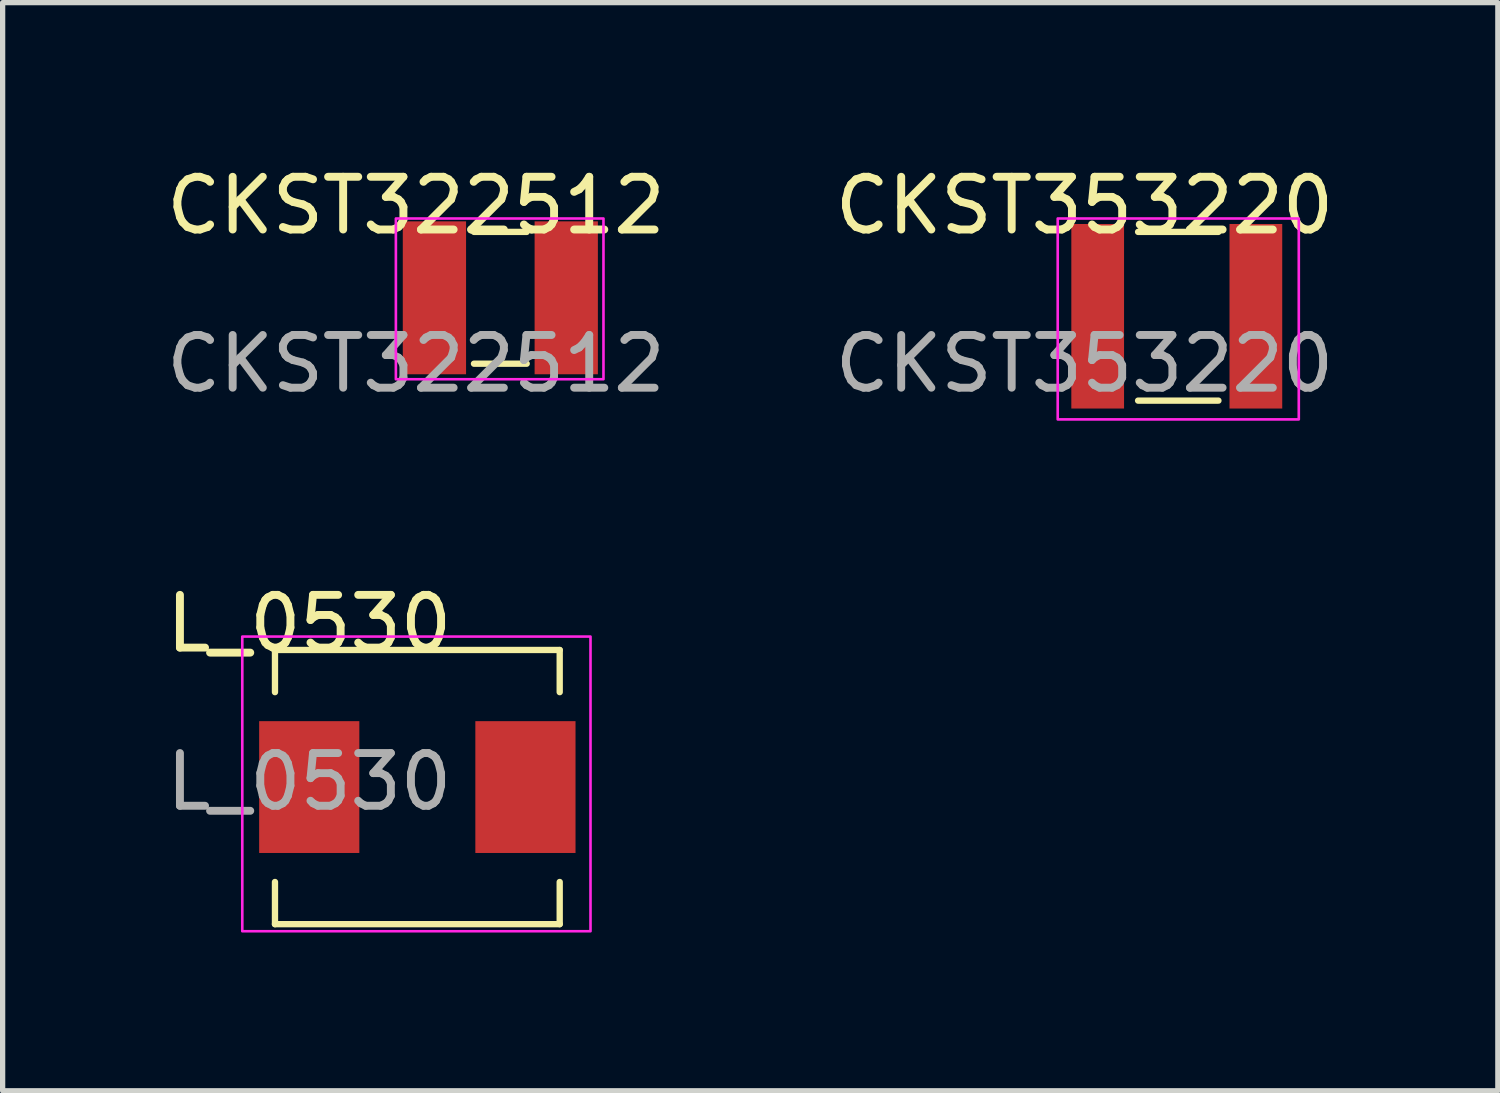
<source format=kicad_pcb>
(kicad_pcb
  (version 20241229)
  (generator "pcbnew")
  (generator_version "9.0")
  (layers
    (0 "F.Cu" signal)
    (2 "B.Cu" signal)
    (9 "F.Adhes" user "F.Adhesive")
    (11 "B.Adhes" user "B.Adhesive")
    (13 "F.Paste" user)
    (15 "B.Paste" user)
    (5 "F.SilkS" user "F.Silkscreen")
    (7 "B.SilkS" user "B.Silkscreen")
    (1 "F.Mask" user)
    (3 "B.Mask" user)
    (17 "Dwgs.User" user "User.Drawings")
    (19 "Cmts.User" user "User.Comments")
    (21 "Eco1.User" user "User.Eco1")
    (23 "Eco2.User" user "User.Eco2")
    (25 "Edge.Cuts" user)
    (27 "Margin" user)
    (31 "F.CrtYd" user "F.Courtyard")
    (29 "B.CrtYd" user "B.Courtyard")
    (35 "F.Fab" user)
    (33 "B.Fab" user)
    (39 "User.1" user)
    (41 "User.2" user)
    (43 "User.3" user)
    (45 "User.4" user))
  (footprint "L_0530"
    (layer "F.Cu")
    (at 2.815 9.277)
    (property "Reference" "L_0530" (at 0 -0.5 0) (unlocked yes) (layer "F.SilkS") (effects (font (size 1 1) (thickness 0.15))))
    (attr smd)
    (fp_line (start -0.65 0) (end 4.75 0) (stroke (width 0.12) (type default)) (layer "F.SilkS"))
    (fp_line (start -0.65 0.8) (end -0.65 0) (stroke (width 0.12) (type default)) (layer "F.SilkS"))
    (fp_line (start -0.65 5.2) (end -0.65 4.4) (stroke (width 0.12) (type default)) (layer "F.SilkS"))
    (fp_line (start -0.65 5.2) (end 4.75 5.2) (stroke (width 0.12) (type default)) (layer "F.SilkS"))
    (fp_line (start 4.75 0.8) (end 4.75 0) (stroke (width 0.12) (type default)) (layer "F.SilkS"))
    (fp_line (start 4.75 5.2) (end 4.75 4.4) (stroke (width 0.12) (type default)) (layer "F.SilkS"))
    (fp_rect (start -1.27 -0.254) (end 5.334 5.334) (stroke (width 0.05) (type default)) (fill no) (layer "F.CrtYd"))
    (fp_text user "${REFERENCE}" (at 0 2.5 0) (unlocked yes) (layer "F.Fab") (effects (font (size 1 1) (thickness 0.15))))
    (pad "1" smd rect (at 0 2.6) (size 1.9 2.5) (layers "F.Cu" "F.Mask" "F.Paste"))
    (pad "2" smd rect (at 4.1 2.6) (size 1.9 2.5) (layers "F.Cu" "F.Mask" "F.Paste")))
  (footprint "CKST353220"
    (layer "F.Cu")
    (at 17.518 1.348)
    (property "Reference" "CKST353220" (at 0 -0.5 0) (unlocked yes) (layer "F.SilkS") (effects (font (size 1 1) (thickness 0.15))))
    (attr smd)
    (fp_line (start 1.016 0) (end 2.54 0) (stroke (width 0.12) (type default)) (layer "F.SilkS"))
    (fp_line (start 1.016 3.2) (end 2.54 3.2) (stroke (width 0.12) (type default)) (layer "F.SilkS"))
    (fp_rect (start -0.508 -0.254) (end 4.064 3.556) (stroke (width 0.05) (type default)) (fill no) (layer "F.CrtYd"))
    (fp_text user "${REFERENCE}" (at 0 2.5 0) (unlocked yes) (layer "F.Fab") (effects (font (size 1 1) (thickness 0.15))))
    (pad "1" smd rect (at 0.25 1.6) (size 1 3.5) (layers "F.Cu" "F.Mask" "F.Paste"))
    (pad "2" smd rect (at 3.25 1.6) (size 1 3.5) (layers "F.Cu" "F.Mask" "F.Paste")))
  (footprint "CKST322512"
    (layer "F.Cu")
    (at 4.839 1.348)
    (property "Reference" "CKST322512" (at 0 -0.5 0) (unlocked yes) (layer "F.SilkS") (effects (font (size 1 1) (thickness 0.15))))
    (attr smd)
    (fp_line (start 1.1 0) (end 2.1 0) (stroke (width 0.12) (type default)) (layer "F.SilkS"))
    (fp_line (start 1.1 2.5) (end 2.1 2.5) (stroke (width 0.12) (type default)) (layer "F.SilkS"))
    (fp_rect (start -0.381 -0.254) (end 3.556 2.794) (stroke (width 0.05) (type default)) (fill no) (layer "F.CrtYd"))
    (fp_text user "${REFERENCE}" (at 0 2.5 0) (unlocked yes) (layer "F.Fab") (effects (font (size 1 1) (thickness 0.15))))
    (pad "1" smd rect (at 0.35 1.25) (size 1.2 2.9) (layers "F.Cu" "F.Mask" "F.Paste"))
    (pad "2" smd rect (at 2.85 1.25) (size 1.2 2.9) (layers "F.Cu" "F.Mask" "F.Paste")))
  (gr_rect
    (start -3 -3)
    (end 25.357 17.637)
    (stroke (width 0.1) (type default))
    (fill no)
    (layer "Edge.Cuts")))
</source>
